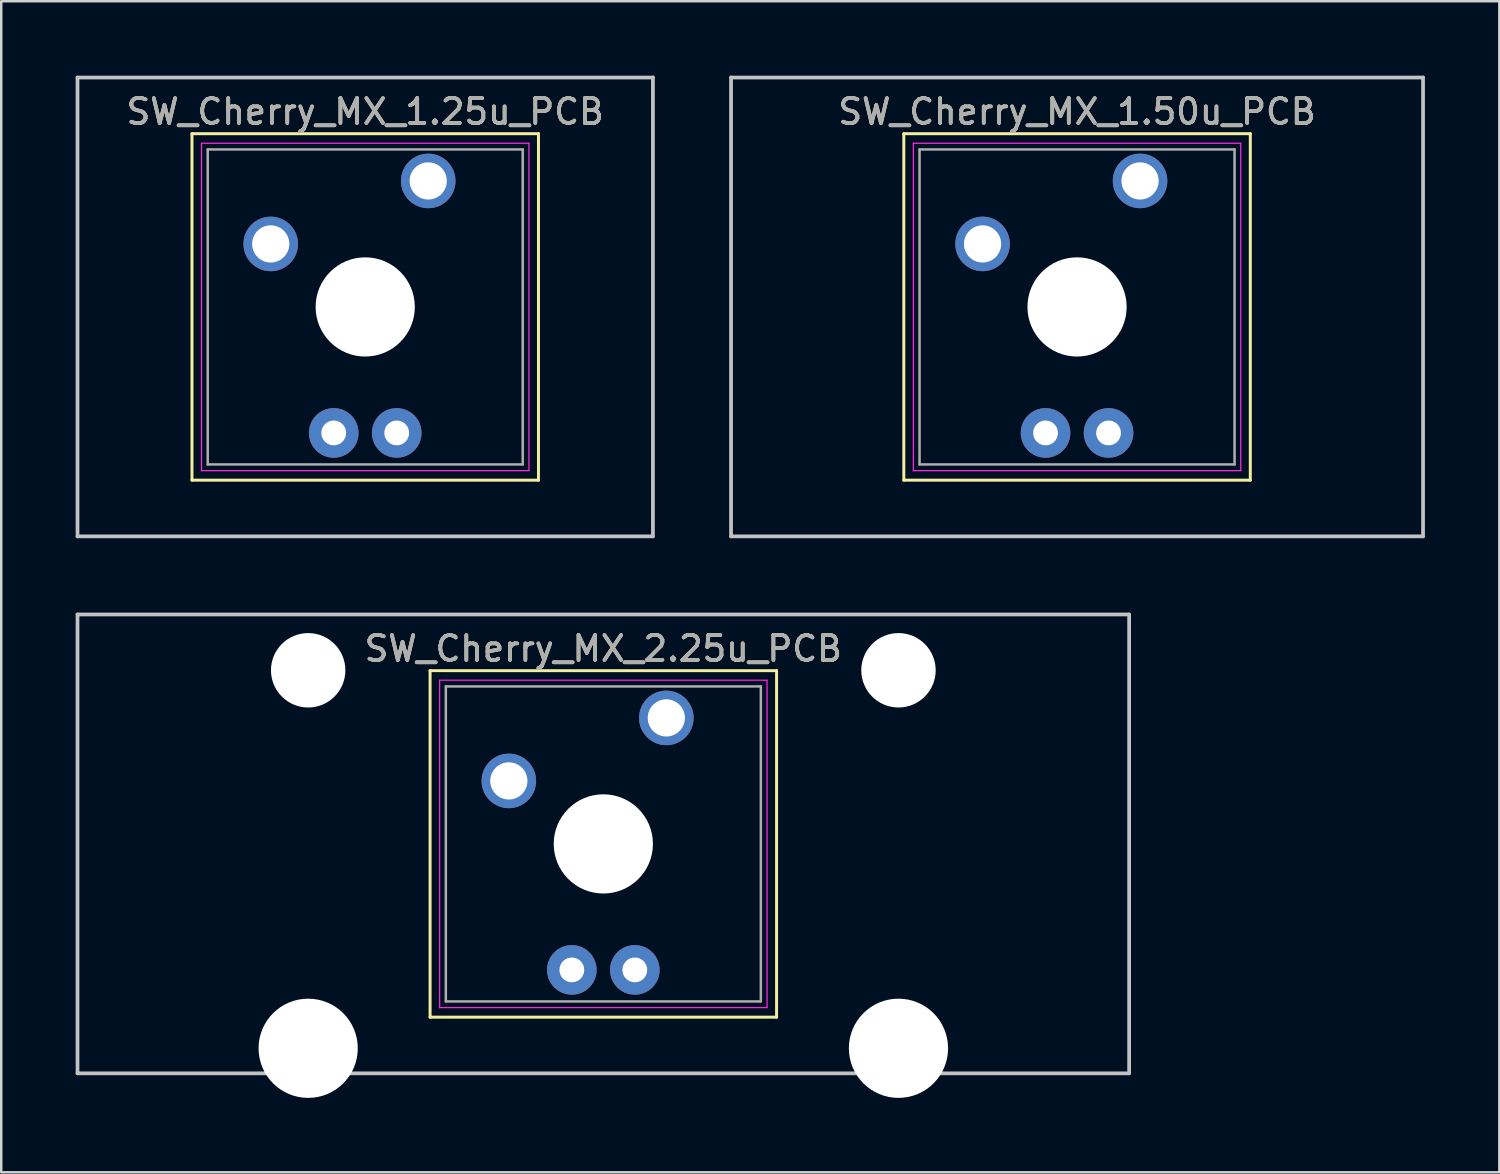
<source format=kicad_pcb>
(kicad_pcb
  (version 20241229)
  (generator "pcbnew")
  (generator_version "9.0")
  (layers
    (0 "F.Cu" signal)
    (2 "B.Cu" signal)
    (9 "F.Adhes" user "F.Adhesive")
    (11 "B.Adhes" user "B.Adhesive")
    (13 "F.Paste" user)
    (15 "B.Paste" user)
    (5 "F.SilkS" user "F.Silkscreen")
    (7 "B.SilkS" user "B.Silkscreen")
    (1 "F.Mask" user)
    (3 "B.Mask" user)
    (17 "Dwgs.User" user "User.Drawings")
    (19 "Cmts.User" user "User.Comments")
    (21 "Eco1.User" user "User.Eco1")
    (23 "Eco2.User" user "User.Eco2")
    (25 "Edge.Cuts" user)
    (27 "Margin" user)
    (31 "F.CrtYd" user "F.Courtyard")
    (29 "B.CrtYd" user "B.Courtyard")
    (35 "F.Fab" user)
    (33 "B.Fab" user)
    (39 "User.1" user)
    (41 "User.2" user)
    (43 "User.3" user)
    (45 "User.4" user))
  (footprint "SW_Cherry_MX_2.25u_PCB"
    (layer "F.Cu")
    (at 23.815 25.895)
    (property "Reference" "SW_Cherry_MX_2.25u_PCB" (at -2.54 -2.794 0) (layer "F.SilkS") (effects (font (size 1 1) (thickness 0.15))))
    (attr through_hole)
    (fp_circle (center -3.81 10.16) (end -2.81 10.16) (stroke (width 0) (type solid)) (fill yes) (layer "B.Mask"))
    (fp_circle (center -1.27 10.16) (end -0.27 10.16) (stroke (width 0) (type solid)) (fill yes) (layer "B.Mask"))
    (fp_line (start -9.525 -1.905) (end 4.445 -1.905) (stroke (width 0.12) (type solid)) (layer "F.SilkS"))
    (fp_line (start -9.525 12.065) (end -9.525 -1.905) (stroke (width 0.12) (type solid)) (layer "F.SilkS"))
    (fp_line (start 4.445 -1.905) (end 4.445 12.065) (stroke (width 0.12) (type solid)) (layer "F.SilkS"))
    (fp_line (start 4.445 12.065) (end -9.525 12.065) (stroke (width 0.12) (type solid)) (layer "F.SilkS"))
    (fp_line (start -23.74 -4.17) (end 18.66 -4.17) (stroke (width 0.15) (type solid)) (layer "Dwgs.User"))
    (fp_line (start -23.74 14.33) (end -23.74 -4.17) (stroke (width 0.15) (type solid)) (layer "Dwgs.User"))
    (fp_line (start 18.66 -4.17) (end 18.66 14.33) (stroke (width 0.15) (type solid)) (layer "Dwgs.User"))
    (fp_line (start 18.66 14.33) (end -23.74 14.33) (stroke (width 0.15) (type solid)) (layer "Dwgs.User"))
    (fp_line (start -9.14 -1.52) (end 4.06 -1.52) (stroke (width 0.05) (type solid)) (layer "F.CrtYd"))
    (fp_line (start -9.14 11.68) (end -9.14 -1.52) (stroke (width 0.05) (type solid)) (layer "F.CrtYd"))
    (fp_line (start 4.06 -1.52) (end 4.06 11.68) (stroke (width 0.05) (type solid)) (layer "F.CrtYd"))
    (fp_line (start 4.06 11.68) (end -9.14 11.68) (stroke (width 0.05) (type solid)) (layer "F.CrtYd"))
    (fp_line (start -8.89 -1.27) (end 3.81 -1.27) (stroke (width 0.1) (type solid)) (layer "F.Fab"))
    (fp_line (start -8.89 11.43) (end -8.89 -1.27) (stroke (width 0.1) (type solid)) (layer "F.Fab"))
    (fp_line (start 3.81 -1.27) (end 3.81 11.43) (stroke (width 0.1) (type solid)) (layer "F.Fab"))
    (fp_line (start 3.81 11.43) (end -8.89 11.43) (stroke (width 0.1) (type solid)) (layer "F.Fab"))
    (fp_text user "${REFERENCE}" (at -2.54 -2.794 0) (layer "F.Fab") (effects (font (size 1 1) (thickness 0.15))))
    (pad "" np_thru_hole circle (at -14.44 -1.92) (size 3 3) (drill 3.05) (layers "*.Cu" "*.Mask"))
    (pad "" np_thru_hole circle (at -14.44 13.32) (size 4 4) (drill 4) (layers "*.Cu" "*.Mask"))
    (pad "" np_thru_hole circle (at -3.81 10.16) (size 2 2) (drill 1) (layers "*.Cu" "*.Mask"))
    (pad "" np_thru_hole circle (at -2.54 5.08) (size 4 4) (drill 4) (layers "*.Cu" "*.Mask"))
    (pad "" np_thru_hole circle (at -1.27 10.16) (size 2 2) (drill 1) (layers "*.Cu" "*.Mask"))
    (pad "" np_thru_hole circle (at 9.36 -1.92) (size 3 3) (drill 3.05) (layers "*.Cu" "*.Mask"))
    (pad "" np_thru_hole circle (at 9.36 13.32) (size 4 4) (drill 4) (layers "*.Cu" "*.Mask"))
    (pad "1" thru_hole circle (at 0 0) (size 2.2 2.2) (drill 1.5) (layers "*.Cu" "*.Mask"))
    (pad "2" thru_hole circle (at -6.35 2.54) (size 2.2 2.2) (drill 1.5) (layers "*.Cu" "*.Mask")))
  (footprint "SW_Cherry_MX_1.25u_PCB"
    (layer "F.Cu")
    (at 14.215 4.245)
    (property "Reference" "SW_Cherry_MX_1.25u_PCB" (at -2.54 -2.794 0) (layer "F.SilkS") (effects (font (size 1 1) (thickness 0.15))))
    (attr through_hole)
    (fp_circle (center -3.81 10.16) (end -2.81 10.16) (stroke (width 0) (type solid)) (fill yes) (layer "B.Mask"))
    (fp_circle (center -1.27 10.16) (end -0.27 10.16) (stroke (width 0) (type solid)) (fill yes) (layer "B.Mask"))
    (fp_line (start -9.525 -1.905) (end 4.445 -1.905) (stroke (width 0.12) (type solid)) (layer "F.SilkS"))
    (fp_line (start -9.525 12.065) (end -9.525 -1.905) (stroke (width 0.12) (type solid)) (layer "F.SilkS"))
    (fp_line (start 4.445 -1.905) (end 4.445 12.065) (stroke (width 0.12) (type solid)) (layer "F.SilkS"))
    (fp_line (start 4.445 12.065) (end -9.525 12.065) (stroke (width 0.12) (type solid)) (layer "F.SilkS"))
    (fp_line (start -14.14 -4.17) (end 9.06 -4.17) (stroke (width 0.15) (type solid)) (layer "Dwgs.User"))
    (fp_line (start -14.14 14.33) (end -14.14 -4.17) (stroke (width 0.15) (type solid)) (layer "Dwgs.User"))
    (fp_line (start 9.06 -4.17) (end 9.06 14.33) (stroke (width 0.15) (type solid)) (layer "Dwgs.User"))
    (fp_line (start 9.06 14.33) (end -14.14 14.33) (stroke (width 0.15) (type solid)) (layer "Dwgs.User"))
    (fp_line (start -9.14 -1.52) (end 4.06 -1.52) (stroke (width 0.05) (type solid)) (layer "F.CrtYd"))
    (fp_line (start -9.14 11.68) (end -9.14 -1.52) (stroke (width 0.05) (type solid)) (layer "F.CrtYd"))
    (fp_line (start 4.06 -1.52) (end 4.06 11.68) (stroke (width 0.05) (type solid)) (layer "F.CrtYd"))
    (fp_line (start 4.06 11.68) (end -9.14 11.68) (stroke (width 0.05) (type solid)) (layer "F.CrtYd"))
    (fp_line (start -8.89 -1.27) (end 3.81 -1.27) (stroke (width 0.1) (type solid)) (layer "F.Fab"))
    (fp_line (start -8.89 11.43) (end -8.89 -1.27) (stroke (width 0.1) (type solid)) (layer "F.Fab"))
    (fp_line (start 3.81 -1.27) (end 3.81 11.43) (stroke (width 0.1) (type solid)) (layer "F.Fab"))
    (fp_line (start 3.81 11.43) (end -8.89 11.43) (stroke (width 0.1) (type solid)) (layer "F.Fab"))
    (fp_text user "${REFERENCE}" (at -2.54 -2.794 0) (layer "F.Fab") (effects (font (size 1 1) (thickness 0.15))))
    (pad "" np_thru_hole circle (at -3.81 10.16) (size 2 2) (drill 1) (layers "*.Cu" "*.Mask"))
    (pad "" np_thru_hole circle (at -2.54 5.08) (size 4 4) (drill 4) (layers "*.Cu" "*.Mask"))
    (pad "" np_thru_hole circle (at -1.27 10.16) (size 2 2) (drill 1) (layers "*.Cu" "*.Mask"))
    (pad "1" thru_hole circle (at 0 0) (size 2.2 2.2) (drill 1.5) (layers "*.Cu" "*.Mask"))
    (pad "2" thru_hole circle (at -6.35 2.54) (size 2.2 2.2) (drill 1.5) (layers "*.Cu" "*.Mask")))
  (footprint "SW_Cherry_MX_1.50u_PCB"
    (layer "F.Cu")
    (at 42.915 4.245)
    (property "Reference" "SW_Cherry_MX_1.50u_PCB" (at -2.54 -2.794 0) (layer "F.SilkS") (effects (font (size 1 1) (thickness 0.15))))
    (attr through_hole)
    (fp_circle (center -3.81 10.16) (end -2.81 10.16) (stroke (width 0) (type solid)) (fill yes) (layer "B.Mask"))
    (fp_circle (center -1.27 10.16) (end -0.27 10.16) (stroke (width 0) (type solid)) (fill yes) (layer "B.Mask"))
    (fp_line (start -9.525 -1.905) (end 4.445 -1.905) (stroke (width 0.12) (type solid)) (layer "F.SilkS"))
    (fp_line (start -9.525 12.065) (end -9.525 -1.905) (stroke (width 0.12) (type solid)) (layer "F.SilkS"))
    (fp_line (start 4.445 -1.905) (end 4.445 12.065) (stroke (width 0.12) (type solid)) (layer "F.SilkS"))
    (fp_line (start 4.445 12.065) (end -9.525 12.065) (stroke (width 0.12) (type solid)) (layer "F.SilkS"))
    (fp_line (start -16.49 -4.17) (end 11.41 -4.17) (stroke (width 0.15) (type solid)) (layer "Dwgs.User"))
    (fp_line (start -16.49 14.33) (end -16.49 -4.17) (stroke (width 0.15) (type solid)) (layer "Dwgs.User"))
    (fp_line (start 11.41 -4.17) (end 11.41 14.33) (stroke (width 0.15) (type solid)) (layer "Dwgs.User"))
    (fp_line (start 11.41 14.33) (end -16.49 14.33) (stroke (width 0.15) (type solid)) (layer "Dwgs.User"))
    (fp_line (start -9.14 -1.52) (end 4.06 -1.52) (stroke (width 0.05) (type solid)) (layer "F.CrtYd"))
    (fp_line (start -9.14 11.68) (end -9.14 -1.52) (stroke (width 0.05) (type solid)) (layer "F.CrtYd"))
    (fp_line (start 4.06 -1.52) (end 4.06 11.68) (stroke (width 0.05) (type solid)) (layer "F.CrtYd"))
    (fp_line (start 4.06 11.68) (end -9.14 11.68) (stroke (width 0.05) (type solid)) (layer "F.CrtYd"))
    (fp_line (start -8.89 -1.27) (end 3.81 -1.27) (stroke (width 0.1) (type solid)) (layer "F.Fab"))
    (fp_line (start -8.89 11.43) (end -8.89 -1.27) (stroke (width 0.1) (type solid)) (layer "F.Fab"))
    (fp_line (start 3.81 -1.27) (end 3.81 11.43) (stroke (width 0.1) (type solid)) (layer "F.Fab"))
    (fp_line (start 3.81 11.43) (end -8.89 11.43) (stroke (width 0.1) (type solid)) (layer "F.Fab"))
    (fp_text user "${REFERENCE}" (at -2.54 -2.794 0) (layer "F.Fab") (effects (font (size 1 1) (thickness 0.15))))
    (pad "" np_thru_hole circle (at -3.81 10.16) (size 2 2) (drill 1) (layers "*.Cu" "*.Mask"))
    (pad "" np_thru_hole circle (at -2.54 5.08) (size 4 4) (drill 4) (layers "*.Cu" "*.Mask"))
    (pad "" np_thru_hole circle (at -1.27 10.16) (size 2 2) (drill 1) (layers "*.Cu" "*.Mask"))
    (pad "1" thru_hole circle (at 0 0) (size 2.2 2.2) (drill 1.5) (layers "*.Cu" "*.Mask"))
    (pad "2" thru_hole circle (at -6.35 2.54) (size 2.2 2.2) (drill 1.5) (layers "*.Cu" "*.Mask")))
  (gr_rect
    (start -3 -3)
    (end 57.4 44.215)
    (stroke (width 0.1) (type default))
    (fill no)
    (layer "Edge.Cuts")))
</source>
